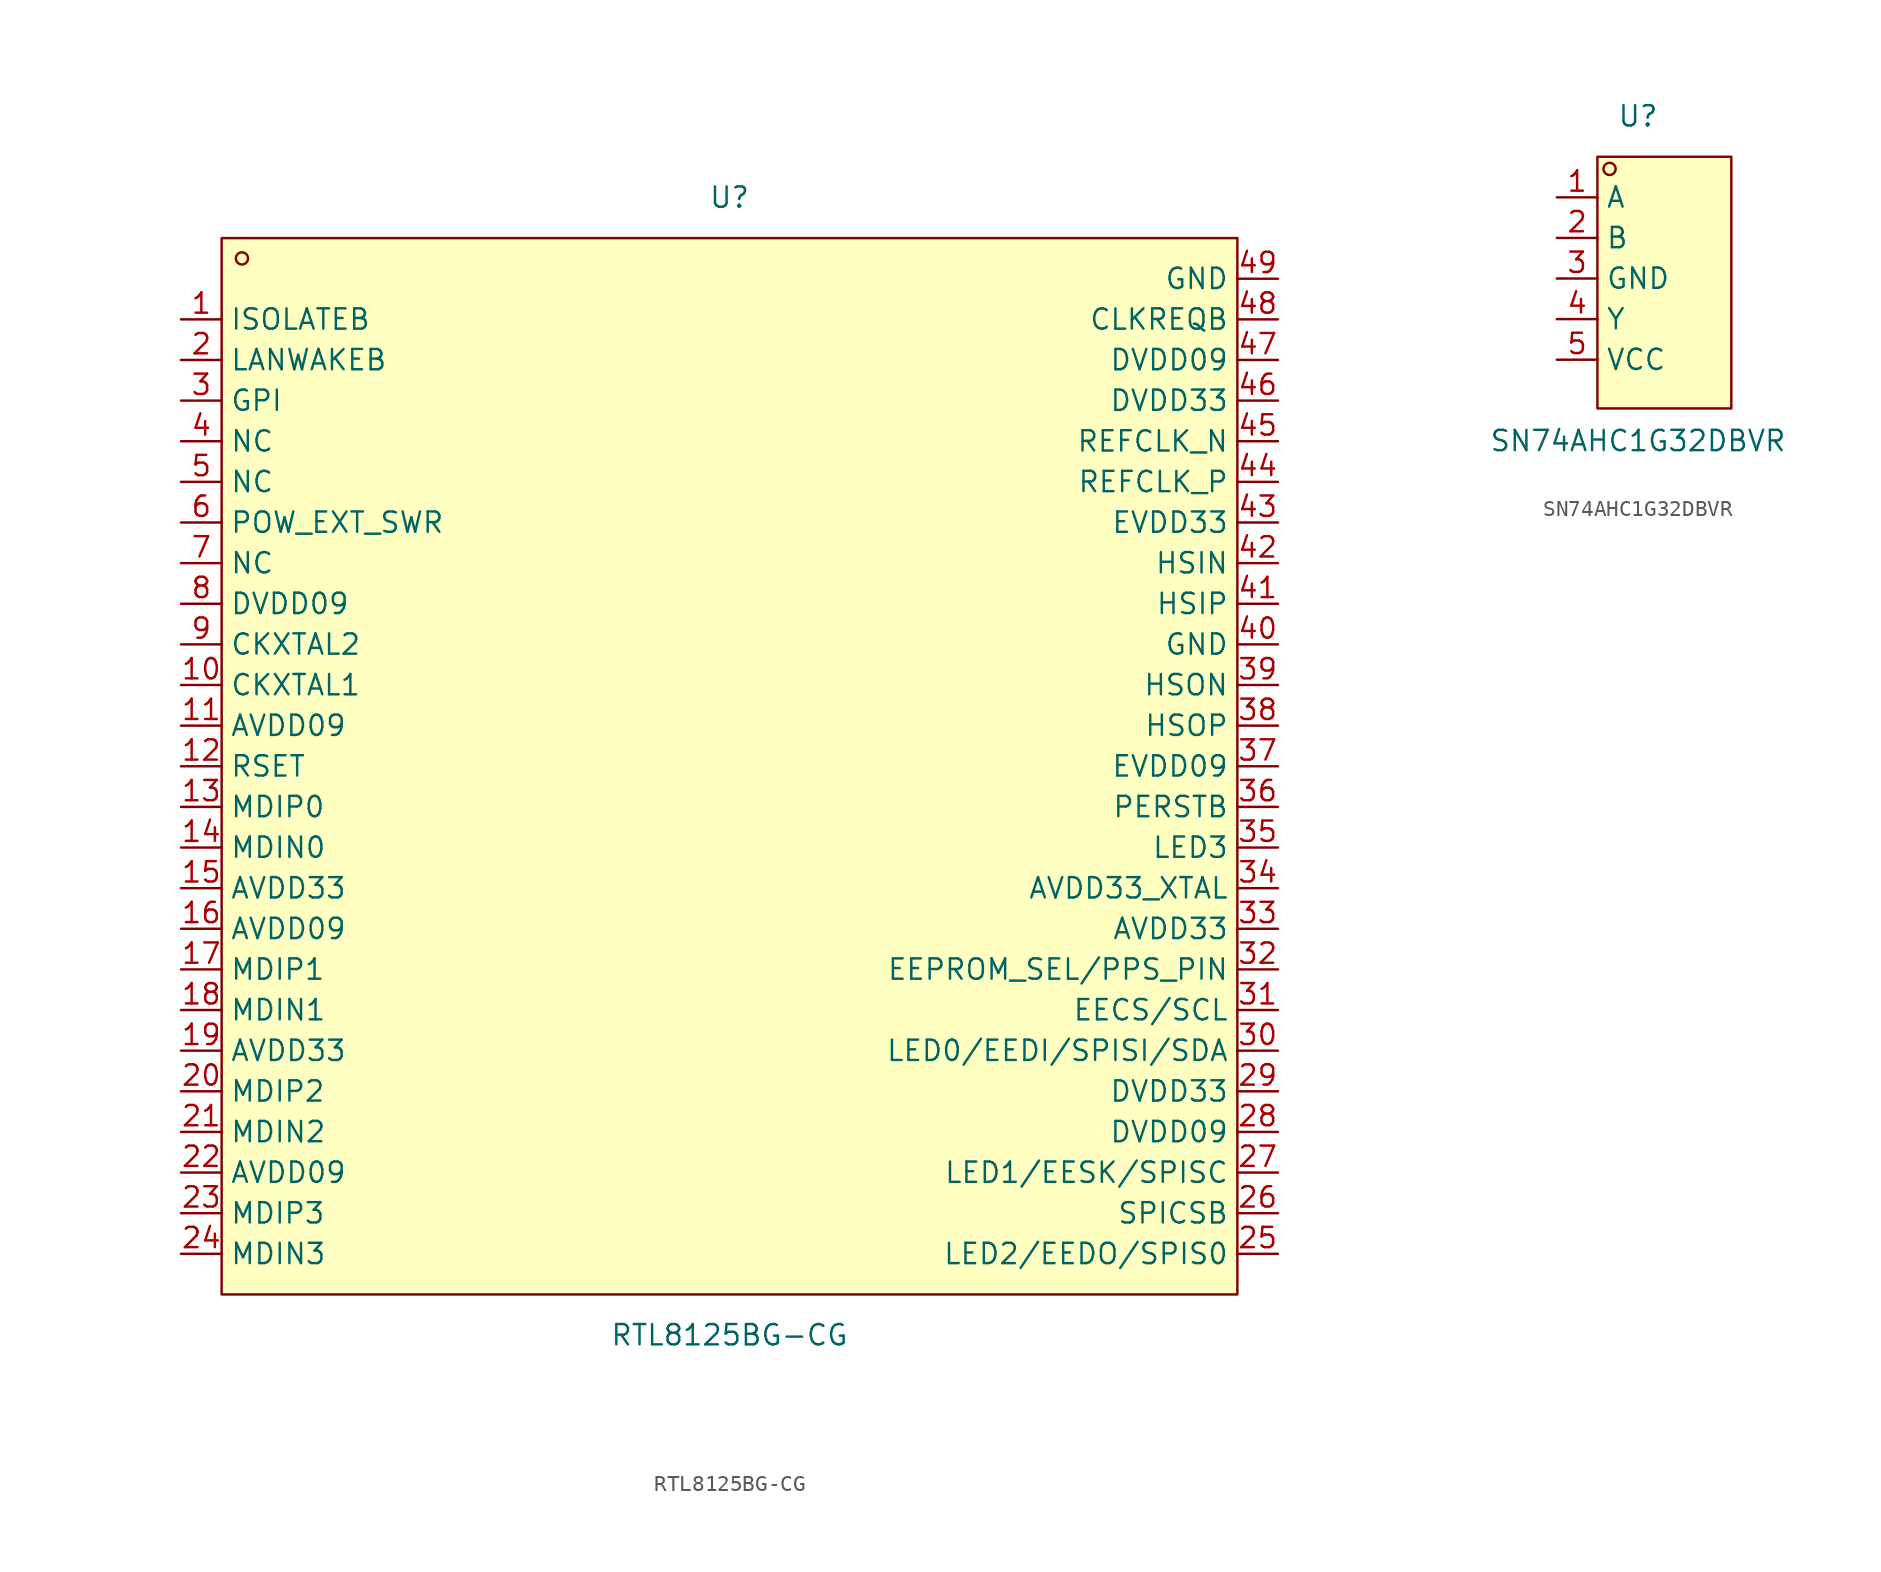
<source format=kicad_sym>
(kicad_symbol_lib
  (version 20220914)
  (generator kicad_symbol_editor)
  (symbol "RTL8125BG-CG"
    (property "Reference" "U"
      (at 0 35.56 0)
      (effects (font (size 1.27 1.27))))
    (property "Value" "RTL8125BG-CG"
      (at 0 -35.56 0)
      (effects (font (size 1.27 1.27))))
    (symbol "RTL8125BG-CG_0_1"
      (rectangle (start -31.75 33.02) (end 31.75 -33.02) (stroke (width 0) (type default)) (fill (type background)))
      (circle (center -30.48 31.75) (radius 0.38) (stroke (width 0) (type default)) (fill (type none)))
      (pin unspecified line (at -34.29 27.94 0) (length 2.54) (name "ISOLATEB" (effects (font (size 1.27 1.27)))) (number "1" (effects (font (size 1.27 1.27)))))
      (pin unspecified line (at -34.29 5.08 0) (length 2.54) (name "CKXTAL1" (effects (font (size 1.27 1.27)))) (number "10" (effects (font (size 1.27 1.27)))))
      (pin unspecified line (at -34.29 2.54 0) (length 2.54) (name "AVDD09" (effects (font (size 1.27 1.27)))) (number "11" (effects (font (size 1.27 1.27)))))
      (pin unspecified line (at -34.29 0 0) (length 2.54) (name "RSET" (effects (font (size 1.27 1.27)))) (number "12" (effects (font (size 1.27 1.27)))))
      (pin unspecified line (at -34.29 -2.54 0) (length 2.54) (name "MDIP0" (effects (font (size 1.27 1.27)))) (number "13" (effects (font (size 1.27 1.27)))))
      (pin unspecified line (at -34.29 -5.08 0) (length 2.54) (name "MDIN0" (effects (font (size 1.27 1.27)))) (number "14" (effects (font (size 1.27 1.27)))))
      (pin unspecified line (at -34.29 -7.62 0) (length 2.54) (name "AVDD33" (effects (font (size 1.27 1.27)))) (number "15" (effects (font (size 1.27 1.27)))))
      (pin unspecified line (at -34.29 -10.16 0) (length 2.54) (name "AVDD09" (effects (font (size 1.27 1.27)))) (number "16" (effects (font (size 1.27 1.27)))))
      (pin unspecified line (at -34.29 -12.7 0) (length 2.54) (name "MDIP1" (effects (font (size 1.27 1.27)))) (number "17" (effects (font (size 1.27 1.27)))))
      (pin unspecified line (at -34.29 -15.24 0) (length 2.54) (name "MDIN1" (effects (font (size 1.27 1.27)))) (number "18" (effects (font (size 1.27 1.27)))))
      (pin unspecified line (at -34.29 -17.78 0) (length 2.54) (name "AVDD33" (effects (font (size 1.27 1.27)))) (number "19" (effects (font (size 1.27 1.27)))))
      (pin unspecified line (at -34.29 25.4 0) (length 2.54) (name "LANWAKEB" (effects (font (size 1.27 1.27)))) (number "2" (effects (font (size 1.27 1.27)))))
      (pin unspecified line (at -34.29 -20.32 0) (length 2.54) (name "MDIP2" (effects (font (size 1.27 1.27)))) (number "20" (effects (font (size 1.27 1.27)))))
      (pin unspecified line (at -34.29 -22.86 0) (length 2.54) (name "MDIN2" (effects (font (size 1.27 1.27)))) (number "21" (effects (font (size 1.27 1.27)))))
      (pin unspecified line (at -34.29 -25.4 0) (length 2.54) (name "AVDD09" (effects (font (size 1.27 1.27)))) (number "22" (effects (font (size 1.27 1.27)))))
      (pin unspecified line (at -34.29 -27.94 0) (length 2.54) (name "MDIP3" (effects (font (size 1.27 1.27)))) (number "23" (effects (font (size 1.27 1.27)))))
      (pin unspecified line (at -34.29 -30.48 0) (length 2.54) (name "MDIN3" (effects (font (size 1.27 1.27)))) (number "24" (effects (font (size 1.27 1.27)))))
      (pin unspecified line (at 34.29 -30.48 180) (length 2.54) (name "LED2/EEDO/SPIS0" (effects (font (size 1.27 1.27)))) (number "25" (effects (font (size 1.27 1.27)))))
      (pin unspecified line (at 34.29 -27.94 180) (length 2.54) (name "SPICSB" (effects (font (size 1.27 1.27)))) (number "26" (effects (font (size 1.27 1.27)))))
      (pin unspecified line (at 34.29 -25.4 180) (length 2.54) (name "LED1/EESK/SPISC" (effects (font (size 1.27 1.27)))) (number "27" (effects (font (size 1.27 1.27)))))
      (pin unspecified line (at 34.29 -22.86 180) (length 2.54) (name "DVDD09" (effects (font (size 1.27 1.27)))) (number "28" (effects (font (size 1.27 1.27)))))
      (pin unspecified line (at 34.29 -20.32 180) (length 2.54) (name "DVDD33" (effects (font (size 1.27 1.27)))) (number "29" (effects (font (size 1.27 1.27)))))
      (pin unspecified line (at -34.29 22.86 0) (length 2.54) (name "GPI" (effects (font (size 1.27 1.27)))) (number "3" (effects (font (size 1.27 1.27)))))
      (pin unspecified line (at 34.29 -17.78 180) (length 2.54) (name "LED0/EEDI/SPISI/SDA" (effects (font (size 1.27 1.27)))) (number "30" (effects (font (size 1.27 1.27)))))
      (pin unspecified line (at 34.29 -15.24 180) (length 2.54) (name "EECS/SCL" (effects (font (size 1.27 1.27)))) (number "31" (effects (font (size 1.27 1.27)))))
      (pin unspecified line (at 34.29 -12.7 180) (length 2.54) (name "EEPROM_SEL/PPS_PIN" (effects (font (size 1.27 1.27)))) (number "32" (effects (font (size 1.27 1.27)))))
      (pin unspecified line (at 34.29 -10.16 180) (length 2.54) (name "AVDD33" (effects (font (size 1.27 1.27)))) (number "33" (effects (font (size 1.27 1.27)))))
      (pin unspecified line (at 34.29 -7.62 180) (length 2.54) (name "AVDD33_XTAL" (effects (font (size 1.27 1.27)))) (number "34" (effects (font (size 1.27 1.27)))))
      (pin unspecified line (at 34.29 -5.08 180) (length 2.54) (name "LED3" (effects (font (size 1.27 1.27)))) (number "35" (effects (font (size 1.27 1.27)))))
      (pin unspecified line (at 34.29 -2.54 180) (length 2.54) (name "PERSTB" (effects (font (size 1.27 1.27)))) (number "36" (effects (font (size 1.27 1.27)))))
      (pin unspecified line (at 34.29 0 180) (length 2.54) (name "EVDD09" (effects (font (size 1.27 1.27)))) (number "37" (effects (font (size 1.27 1.27)))))
      (pin unspecified line (at 34.29 2.54 180) (length 2.54) (name "HSOP" (effects (font (size 1.27 1.27)))) (number "38" (effects (font (size 1.27 1.27)))))
      (pin unspecified line (at 34.29 5.08 180) (length 2.54) (name "HSON" (effects (font (size 1.27 1.27)))) (number "39" (effects (font (size 1.27 1.27)))))
      (pin unspecified line (at -34.29 20.32 0) (length 2.54) (name "NC" (effects (font (size 1.27 1.27)))) (number "4" (effects (font (size 1.27 1.27)))))
      (pin unspecified line (at 34.29 7.62 180) (length 2.54) (name "GND" (effects (font (size 1.27 1.27)))) (number "40" (effects (font (size 1.27 1.27)))))
      (pin unspecified line (at 34.29 10.16 180) (length 2.54) (name "HSIP" (effects (font (size 1.27 1.27)))) (number "41" (effects (font (size 1.27 1.27)))))
      (pin unspecified line (at 34.29 12.7 180) (length 2.54) (name "HSIN" (effects (font (size 1.27 1.27)))) (number "42" (effects (font (size 1.27 1.27)))))
      (pin unspecified line (at 34.29 15.24 180) (length 2.54) (name "EVDD33" (effects (font (size 1.27 1.27)))) (number "43" (effects (font (size 1.27 1.27)))))
      (pin unspecified line (at 34.29 17.78 180) (length 2.54) (name "REFCLK_P" (effects (font (size 1.27 1.27)))) (number "44" (effects (font (size 1.27 1.27)))))
      (pin unspecified line (at 34.29 20.32 180) (length 2.54) (name "REFCLK_N" (effects (font (size 1.27 1.27)))) (number "45" (effects (font (size 1.27 1.27)))))
      (pin unspecified line (at 34.29 22.86 180) (length 2.54) (name "DVDD33" (effects (font (size 1.27 1.27)))) (number "46" (effects (font (size 1.27 1.27)))))
      (pin unspecified line (at 34.29 25.4 180) (length 2.54) (name "DVDD09" (effects (font (size 1.27 1.27)))) (number "47" (effects (font (size 1.27 1.27)))))
      (pin unspecified line (at 34.29 27.94 180) (length 2.54) (name "CLKREQB" (effects (font (size 1.27 1.27)))) (number "48" (effects (font (size 1.27 1.27)))))
      (pin unspecified line (at 34.29 30.48 180) (length 2.54) (name "GND" (effects (font (size 1.27 1.27)))) (number "49" (effects (font (size 1.27 1.27)))))
      (pin unspecified line (at -34.29 17.78 0) (length 2.54) (name "NC" (effects (font (size 1.27 1.27)))) (number "5" (effects (font (size 1.27 1.27)))))
      (pin unspecified line (at -34.29 15.24 0) (length 2.54) (name "POW_EXT_SWR" (effects (font (size 1.27 1.27)))) (number "6" (effects (font (size 1.27 1.27)))))
      (pin unspecified line (at -34.29 12.7 0) (length 2.54) (name "NC" (effects (font (size 1.27 1.27)))) (number "7" (effects (font (size 1.27 1.27)))))
      (pin unspecified line (at -34.29 10.16 0) (length 2.54) (name "DVDD09" (effects (font (size 1.27 1.27)))) (number "8" (effects (font (size 1.27 1.27)))))
      (pin unspecified line (at -34.29 7.62 0) (length 2.54) (name "CKXTAL2" (effects (font (size 1.27 1.27)))) (number "9" (effects (font (size 1.27 1.27)))))))
  (symbol "SN74AHC1G32DBVR"
    (property "Reference" "U"
      (at 0 10.16 0)
      (effects (font (size 1.27 1.27))))
    (property "Value" "SN74AHC1G32DBVR"
      (at 0 -10.16 0)
      (effects (font (size 1.27 1.27))))
    (symbol "SN74AHC1G32DBVR_0_1"
      (rectangle (start -2.54 7.62) (end 5.84 -8.13) (stroke (width 0) (type default)) (fill (type background)))
      (circle (center -1.78 6.86) (radius 0.38) (stroke (width 0) (type default)) (fill (type none)))
      (pin unspecified line (at -5.08 5.08 0) (length 2.54) (name "A" (effects (font (size 1.27 1.27)))) (number "1" (effects (font (size 1.27 1.27)))))
      (pin unspecified line (at -5.08 2.54 0) (length 2.54) (name "B" (effects (font (size 1.27 1.27)))) (number "2" (effects (font (size 1.27 1.27)))))
      (pin unspecified line (at -5.08 0 0) (length 2.54) (name "GND" (effects (font (size 1.27 1.27)))) (number "3" (effects (font (size 1.27 1.27)))))
      (pin unspecified line (at -5.08 -2.54 0) (length 2.54) (name "Y" (effects (font (size 1.27 1.27)))) (number "4" (effects (font (size 1.27 1.27)))))
      (pin unspecified line (at -5.08 -5.08 0) (length 2.54) (name "VCC" (effects (font (size 1.27 1.27)))) (number "5" (effects (font (size 1.27 1.27))))))))
</source>
